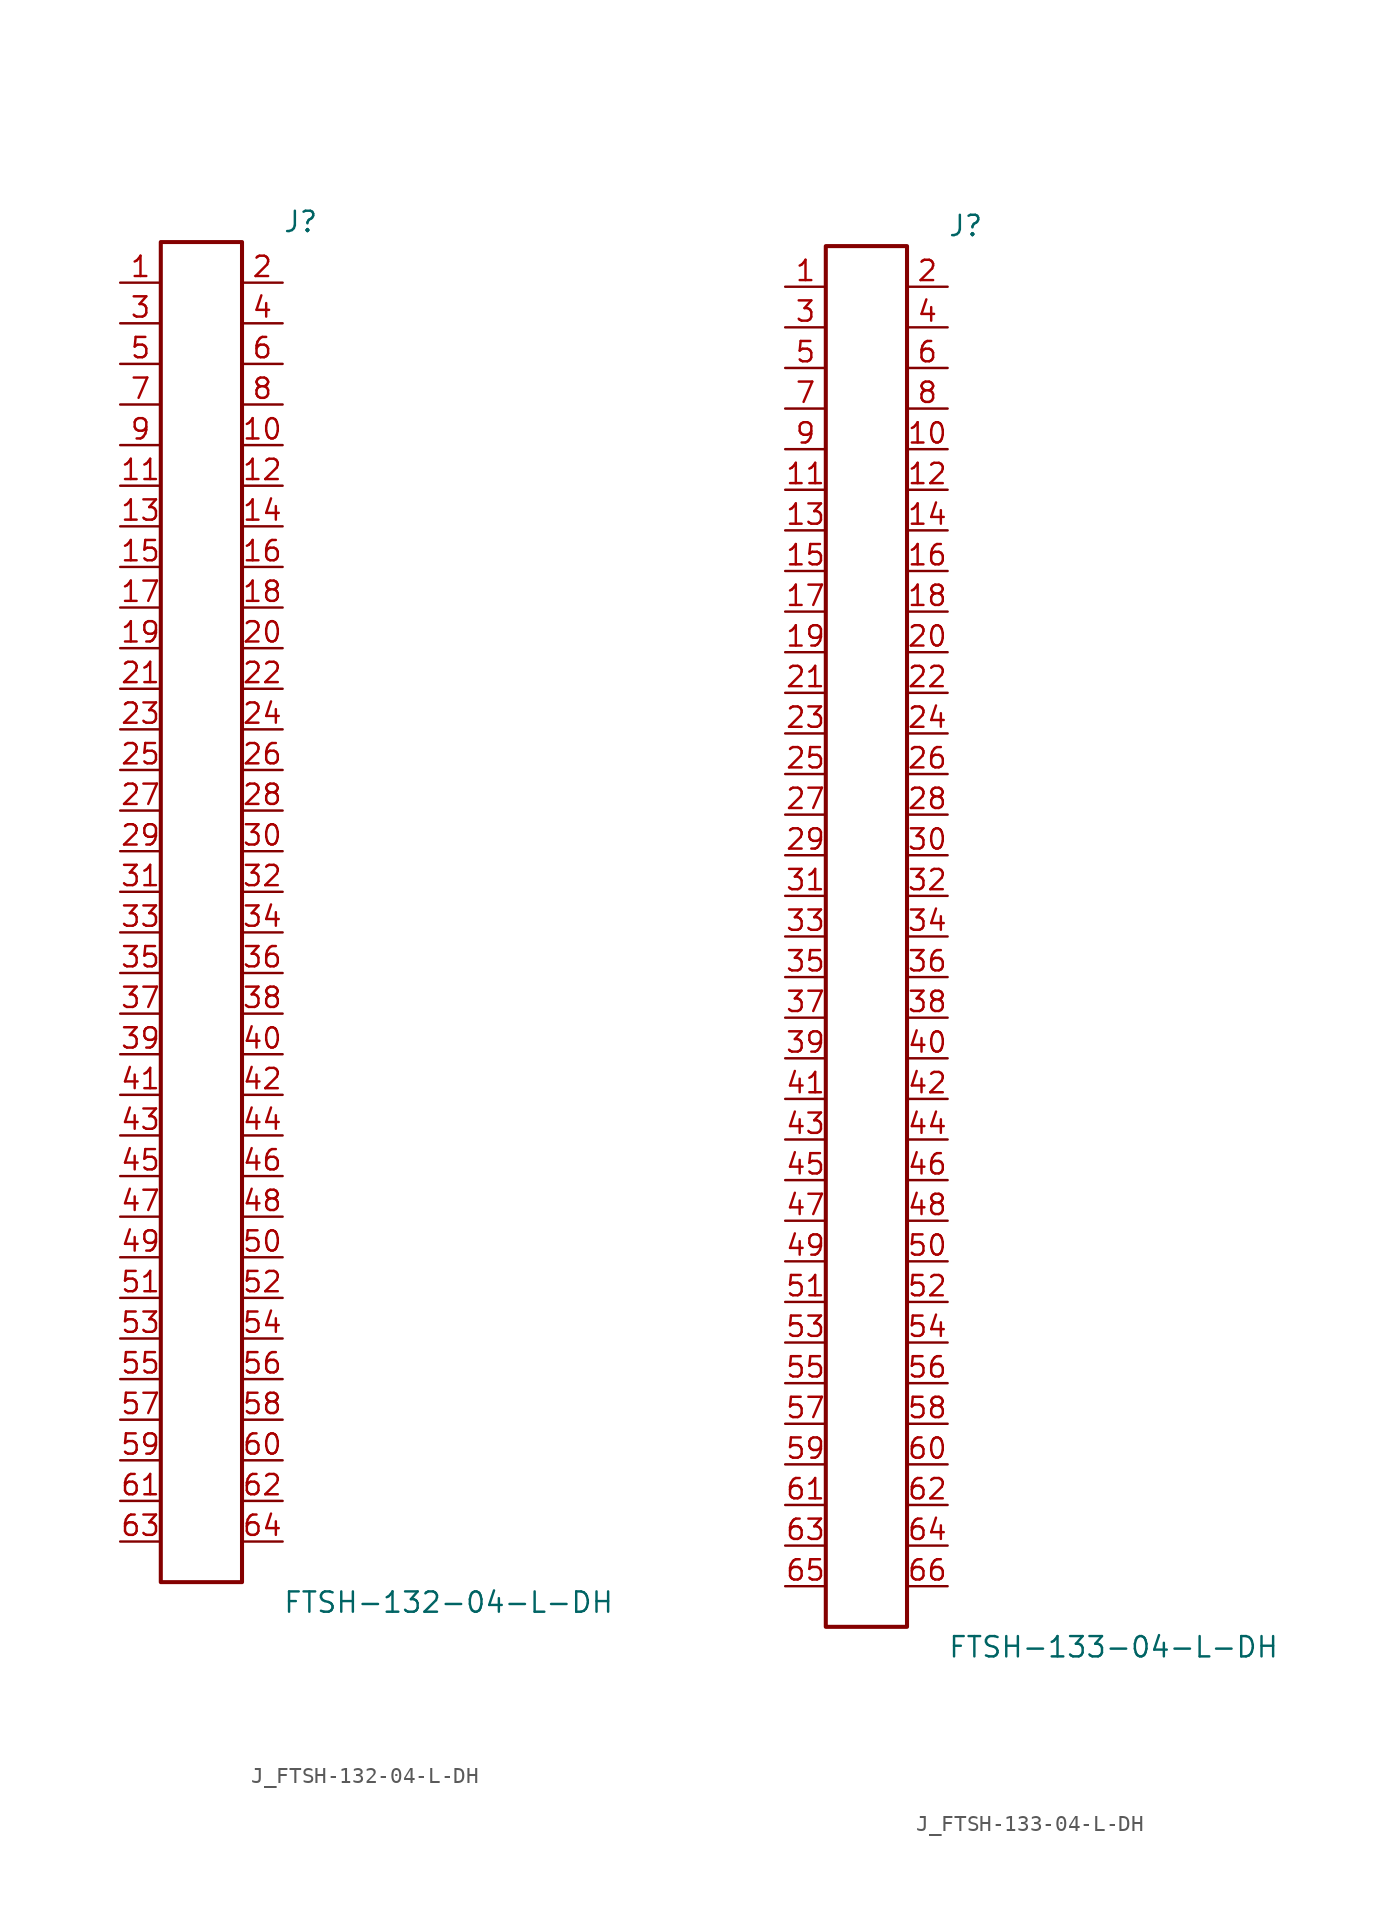
<source format=kicad_sym>
(kicad_symbol_lib
  (version 20231120)
  (generator kicad_symbol_editor)
  (generator_version 8.0)
  (symbol "J_FTSH-132-04-L-DH"
    (pin_names
      (offset 0.254))
    (property "Reference" "J"
      (at 5.08 43.18 0)
      (effects (font (size 1.27 1.27)) (justify left)))
    (property "Value" "FTSH-132-04-L-DH"
      (at 5.08 -43.18 0)
      (effects (font (size 1.27 1.27)) (justify left)))
    (symbol "J_FTSH-132-04-L-DH_0_0"
      (pin unspecified line (at -5.08 39.37 0) (length 2.54) (name "" (effects (font (size 1.27 1.27)))) (number "1" (effects (font (size 1.27 1.27)))))
      (pin unspecified line (at 5.08 39.37 180) (length 2.54) (name "" (effects (font (size 1.27 1.27)))) (number "2" (effects (font (size 1.27 1.27)))))
      (pin unspecified line (at -5.08 36.83 0) (length 2.54) (name "" (effects (font (size 1.27 1.27)))) (number "3" (effects (font (size 1.27 1.27)))))
      (pin unspecified line (at 5.08 36.83 180) (length 2.54) (name "" (effects (font (size 1.27 1.27)))) (number "4" (effects (font (size 1.27 1.27)))))
      (pin unspecified line (at -5.08 34.29 0) (length 2.54) (name "" (effects (font (size 1.27 1.27)))) (number "5" (effects (font (size 1.27 1.27)))))
      (pin unspecified line (at 5.08 34.29 180) (length 2.54) (name "" (effects (font (size 1.27 1.27)))) (number "6" (effects (font (size 1.27 1.27)))))
      (pin unspecified line (at -5.08 31.75 0) (length 2.54) (name "" (effects (font (size 1.27 1.27)))) (number "7" (effects (font (size 1.27 1.27)))))
      (pin unspecified line (at 5.08 31.75 180) (length 2.54) (name "" (effects (font (size 1.27 1.27)))) (number "8" (effects (font (size 1.27 1.27)))))
      (pin unspecified line (at -5.08 29.21 0) (length 2.54) (name "" (effects (font (size 1.27 1.27)))) (number "9" (effects (font (size 1.27 1.27)))))
      (pin unspecified line (at 5.08 29.21 180) (length 2.54) (name "" (effects (font (size 1.27 1.27)))) (number "10" (effects (font (size 1.27 1.27)))))
      (pin unspecified line (at -5.08 26.67 0) (length 2.54) (name "" (effects (font (size 1.27 1.27)))) (number "11" (effects (font (size 1.27 1.27)))))
      (pin unspecified line (at 5.08 26.67 180) (length 2.54) (name "" (effects (font (size 1.27 1.27)))) (number "12" (effects (font (size 1.27 1.27)))))
      (pin unspecified line (at -5.08 24.13 0) (length 2.54) (name "" (effects (font (size 1.27 1.27)))) (number "13" (effects (font (size 1.27 1.27)))))
      (pin unspecified line (at 5.08 24.13 180) (length 2.54) (name "" (effects (font (size 1.27 1.27)))) (number "14" (effects (font (size 1.27 1.27)))))
      (pin unspecified line (at -5.08 21.59 0) (length 2.54) (name "" (effects (font (size 1.27 1.27)))) (number "15" (effects (font (size 1.27 1.27)))))
      (pin unspecified line (at 5.08 21.59 180) (length 2.54) (name "" (effects (font (size 1.27 1.27)))) (number "16" (effects (font (size 1.27 1.27)))))
      (pin unspecified line (at -5.08 19.05 0) (length 2.54) (name "" (effects (font (size 1.27 1.27)))) (number "17" (effects (font (size 1.27 1.27)))))
      (pin unspecified line (at 5.08 19.05 180) (length 2.54) (name "" (effects (font (size 1.27 1.27)))) (number "18" (effects (font (size 1.27 1.27)))))
      (pin unspecified line (at -5.08 16.51 0) (length 2.54) (name "" (effects (font (size 1.27 1.27)))) (number "19" (effects (font (size 1.27 1.27)))))
      (pin unspecified line (at 5.08 16.51 180) (length 2.54) (name "" (effects (font (size 1.27 1.27)))) (number "20" (effects (font (size 1.27 1.27)))))
      (pin unspecified line (at -5.08 13.97 0) (length 2.54) (name "" (effects (font (size 1.27 1.27)))) (number "21" (effects (font (size 1.27 1.27)))))
      (pin unspecified line (at 5.08 13.97 180) (length 2.54) (name "" (effects (font (size 1.27 1.27)))) (number "22" (effects (font (size 1.27 1.27)))))
      (pin unspecified line (at -5.08 11.43 0) (length 2.54) (name "" (effects (font (size 1.27 1.27)))) (number "23" (effects (font (size 1.27 1.27)))))
      (pin unspecified line (at 5.08 11.43 180) (length 2.54) (name "" (effects (font (size 1.27 1.27)))) (number "24" (effects (font (size 1.27 1.27)))))
      (pin unspecified line (at -5.08 8.89 0) (length 2.54) (name "" (effects (font (size 1.27 1.27)))) (number "25" (effects (font (size 1.27 1.27)))))
      (pin unspecified line (at 5.08 8.89 180) (length 2.54) (name "" (effects (font (size 1.27 1.27)))) (number "26" (effects (font (size 1.27 1.27)))))
      (pin unspecified line (at -5.08 6.35 0) (length 2.54) (name "" (effects (font (size 1.27 1.27)))) (number "27" (effects (font (size 1.27 1.27)))))
      (pin unspecified line (at 5.08 6.35 180) (length 2.54) (name "" (effects (font (size 1.27 1.27)))) (number "28" (effects (font (size 1.27 1.27)))))
      (pin unspecified line (at -5.08 3.81 0) (length 2.54) (name "" (effects (font (size 1.27 1.27)))) (number "29" (effects (font (size 1.27 1.27)))))
      (pin unspecified line (at 5.08 3.81 180) (length 2.54) (name "" (effects (font (size 1.27 1.27)))) (number "30" (effects (font (size 1.27 1.27)))))
      (pin unspecified line (at -5.08 1.27 0) (length 2.54) (name "" (effects (font (size 1.27 1.27)))) (number "31" (effects (font (size 1.27 1.27)))))
      (pin unspecified line (at 5.08 1.27 180) (length 2.54) (name "" (effects (font (size 1.27 1.27)))) (number "32" (effects (font (size 1.27 1.27)))))
      (pin unspecified line (at -5.08 -1.27 0) (length 2.54) (name "" (effects (font (size 1.27 1.27)))) (number "33" (effects (font (size 1.27 1.27)))))
      (pin unspecified line (at 5.08 -1.27 180) (length 2.54) (name "" (effects (font (size 1.27 1.27)))) (number "34" (effects (font (size 1.27 1.27)))))
      (pin unspecified line (at -5.08 -3.81 0) (length 2.54) (name "" (effects (font (size 1.27 1.27)))) (number "35" (effects (font (size 1.27 1.27)))))
      (pin unspecified line (at 5.08 -3.81 180) (length 2.54) (name "" (effects (font (size 1.27 1.27)))) (number "36" (effects (font (size 1.27 1.27)))))
      (pin unspecified line (at -5.08 -6.35 0) (length 2.54) (name "" (effects (font (size 1.27 1.27)))) (number "37" (effects (font (size 1.27 1.27)))))
      (pin unspecified line (at 5.08 -6.35 180) (length 2.54) (name "" (effects (font (size 1.27 1.27)))) (number "38" (effects (font (size 1.27 1.27)))))
      (pin unspecified line (at -5.08 -8.89 0) (length 2.54) (name "" (effects (font (size 1.27 1.27)))) (number "39" (effects (font (size 1.27 1.27)))))
      (pin unspecified line (at 5.08 -8.89 180) (length 2.54) (name "" (effects (font (size 1.27 1.27)))) (number "40" (effects (font (size 1.27 1.27)))))
      (pin unspecified line (at -5.08 -11.43 0) (length 2.54) (name "" (effects (font (size 1.27 1.27)))) (number "41" (effects (font (size 1.27 1.27)))))
      (pin unspecified line (at 5.08 -11.43 180) (length 2.54) (name "" (effects (font (size 1.27 1.27)))) (number "42" (effects (font (size 1.27 1.27)))))
      (pin unspecified line (at -5.08 -13.97 0) (length 2.54) (name "" (effects (font (size 1.27 1.27)))) (number "43" (effects (font (size 1.27 1.27)))))
      (pin unspecified line (at 5.08 -13.97 180) (length 2.54) (name "" (effects (font (size 1.27 1.27)))) (number "44" (effects (font (size 1.27 1.27)))))
      (pin unspecified line (at -5.08 -16.51 0) (length 2.54) (name "" (effects (font (size 1.27 1.27)))) (number "45" (effects (font (size 1.27 1.27)))))
      (pin unspecified line (at 5.08 -16.51 180) (length 2.54) (name "" (effects (font (size 1.27 1.27)))) (number "46" (effects (font (size 1.27 1.27)))))
      (pin unspecified line (at -5.08 -19.05 0) (length 2.54) (name "" (effects (font (size 1.27 1.27)))) (number "47" (effects (font (size 1.27 1.27)))))
      (pin unspecified line (at 5.08 -19.05 180) (length 2.54) (name "" (effects (font (size 1.27 1.27)))) (number "48" (effects (font (size 1.27 1.27)))))
      (pin unspecified line (at -5.08 -21.59 0) (length 2.54) (name "" (effects (font (size 1.27 1.27)))) (number "49" (effects (font (size 1.27 1.27)))))
      (pin unspecified line (at 5.08 -21.59 180) (length 2.54) (name "" (effects (font (size 1.27 1.27)))) (number "50" (effects (font (size 1.27 1.27)))))
      (pin unspecified line (at -5.08 -24.13 0) (length 2.54) (name "" (effects (font (size 1.27 1.27)))) (number "51" (effects (font (size 1.27 1.27)))))
      (pin unspecified line (at 5.08 -24.13 180) (length 2.54) (name "" (effects (font (size 1.27 1.27)))) (number "52" (effects (font (size 1.27 1.27)))))
      (pin unspecified line (at -5.08 -26.67 0) (length 2.54) (name "" (effects (font (size 1.27 1.27)))) (number "53" (effects (font (size 1.27 1.27)))))
      (pin unspecified line (at 5.08 -26.67 180) (length 2.54) (name "" (effects (font (size 1.27 1.27)))) (number "54" (effects (font (size 1.27 1.27)))))
      (pin unspecified line (at -5.08 -29.21 0) (length 2.54) (name "" (effects (font (size 1.27 1.27)))) (number "55" (effects (font (size 1.27 1.27)))))
      (pin unspecified line (at 5.08 -29.21 180) (length 2.54) (name "" (effects (font (size 1.27 1.27)))) (number "56" (effects (font (size 1.27 1.27)))))
      (pin unspecified line (at -5.08 -31.75 0) (length 2.54) (name "" (effects (font (size 1.27 1.27)))) (number "57" (effects (font (size 1.27 1.27)))))
      (pin unspecified line (at 5.08 -31.75 180) (length 2.54) (name "" (effects (font (size 1.27 1.27)))) (number "58" (effects (font (size 1.27 1.27)))))
      (pin unspecified line (at -5.08 -34.29 0) (length 2.54) (name "" (effects (font (size 1.27 1.27)))) (number "59" (effects (font (size 1.27 1.27)))))
      (pin unspecified line (at 5.08 -34.29 180) (length 2.54) (name "" (effects (font (size 1.27 1.27)))) (number "60" (effects (font (size 1.27 1.27)))))
      (pin unspecified line (at -5.08 -36.83 0) (length 2.54) (name "" (effects (font (size 1.27 1.27)))) (number "61" (effects (font (size 1.27 1.27)))))
      (pin unspecified line (at 5.08 -36.83 180) (length 2.54) (name "" (effects (font (size 1.27 1.27)))) (number "62" (effects (font (size 1.27 1.27)))))
      (pin unspecified line (at -5.08 -39.37 0) (length 2.54) (name "" (effects (font (size 1.27 1.27)))) (number "63" (effects (font (size 1.27 1.27)))))
      (pin unspecified line (at 5.08 -39.37 180) (length 2.54) (name "" (effects (font (size 1.27 1.27)))) (number "64" (effects (font (size 1.27 1.27))))))
    (symbol "J_FTSH-132-04-L-DH_1_0"
      (rectangle (start -2.54 41.91) (end 2.54 -41.91) (stroke (width 0.254) (type solid)) (fill (type none)))))
  (symbol "J_FTSH-133-04-L-DH"
    (pin_names
      (offset 0.254))
    (property "Reference" "J"
      (at 5.08 44.45 0)
      (effects (font (size 1.27 1.27)) (justify left)))
    (property "Value" "FTSH-133-04-L-DH"
      (at 5.08 -44.45 0)
      (effects (font (size 1.27 1.27)) (justify left)))
    (symbol "J_FTSH-133-04-L-DH_0_0"
      (pin unspecified line (at -5.08 40.64 0) (length 2.54) (name "" (effects (font (size 1.27 1.27)))) (number "1" (effects (font (size 1.27 1.27)))))
      (pin unspecified line (at 5.08 40.64 180) (length 2.54) (name "" (effects (font (size 1.27 1.27)))) (number "2" (effects (font (size 1.27 1.27)))))
      (pin unspecified line (at -5.08 38.1 0) (length 2.54) (name "" (effects (font (size 1.27 1.27)))) (number "3" (effects (font (size 1.27 1.27)))))
      (pin unspecified line (at 5.08 38.1 180) (length 2.54) (name "" (effects (font (size 1.27 1.27)))) (number "4" (effects (font (size 1.27 1.27)))))
      (pin unspecified line (at -5.08 35.56 0) (length 2.54) (name "" (effects (font (size 1.27 1.27)))) (number "5" (effects (font (size 1.27 1.27)))))
      (pin unspecified line (at 5.08 35.56 180) (length 2.54) (name "" (effects (font (size 1.27 1.27)))) (number "6" (effects (font (size 1.27 1.27)))))
      (pin unspecified line (at -5.08 33.02 0) (length 2.54) (name "" (effects (font (size 1.27 1.27)))) (number "7" (effects (font (size 1.27 1.27)))))
      (pin unspecified line (at 5.08 33.02 180) (length 2.54) (name "" (effects (font (size 1.27 1.27)))) (number "8" (effects (font (size 1.27 1.27)))))
      (pin unspecified line (at -5.08 30.48 0) (length 2.54) (name "" (effects (font (size 1.27 1.27)))) (number "9" (effects (font (size 1.27 1.27)))))
      (pin unspecified line (at 5.08 30.48 180) (length 2.54) (name "" (effects (font (size 1.27 1.27)))) (number "10" (effects (font (size 1.27 1.27)))))
      (pin unspecified line (at -5.08 27.94 0) (length 2.54) (name "" (effects (font (size 1.27 1.27)))) (number "11" (effects (font (size 1.27 1.27)))))
      (pin unspecified line (at 5.08 27.94 180) (length 2.54) (name "" (effects (font (size 1.27 1.27)))) (number "12" (effects (font (size 1.27 1.27)))))
      (pin unspecified line (at -5.08 25.4 0) (length 2.54) (name "" (effects (font (size 1.27 1.27)))) (number "13" (effects (font (size 1.27 1.27)))))
      (pin unspecified line (at 5.08 25.4 180) (length 2.54) (name "" (effects (font (size 1.27 1.27)))) (number "14" (effects (font (size 1.27 1.27)))))
      (pin unspecified line (at -5.08 22.86 0) (length 2.54) (name "" (effects (font (size 1.27 1.27)))) (number "15" (effects (font (size 1.27 1.27)))))
      (pin unspecified line (at 5.08 22.86 180) (length 2.54) (name "" (effects (font (size 1.27 1.27)))) (number "16" (effects (font (size 1.27 1.27)))))
      (pin unspecified line (at -5.08 20.32 0) (length 2.54) (name "" (effects (font (size 1.27 1.27)))) (number "17" (effects (font (size 1.27 1.27)))))
      (pin unspecified line (at 5.08 20.32 180) (length 2.54) (name "" (effects (font (size 1.27 1.27)))) (number "18" (effects (font (size 1.27 1.27)))))
      (pin unspecified line (at -5.08 17.78 0) (length 2.54) (name "" (effects (font (size 1.27 1.27)))) (number "19" (effects (font (size 1.27 1.27)))))
      (pin unspecified line (at 5.08 17.78 180) (length 2.54) (name "" (effects (font (size 1.27 1.27)))) (number "20" (effects (font (size 1.27 1.27)))))
      (pin unspecified line (at -5.08 15.24 0) (length 2.54) (name "" (effects (font (size 1.27 1.27)))) (number "21" (effects (font (size 1.27 1.27)))))
      (pin unspecified line (at 5.08 15.24 180) (length 2.54) (name "" (effects (font (size 1.27 1.27)))) (number "22" (effects (font (size 1.27 1.27)))))
      (pin unspecified line (at -5.08 12.7 0) (length 2.54) (name "" (effects (font (size 1.27 1.27)))) (number "23" (effects (font (size 1.27 1.27)))))
      (pin unspecified line (at 5.08 12.7 180) (length 2.54) (name "" (effects (font (size 1.27 1.27)))) (number "24" (effects (font (size 1.27 1.27)))))
      (pin unspecified line (at -5.08 10.16 0) (length 2.54) (name "" (effects (font (size 1.27 1.27)))) (number "25" (effects (font (size 1.27 1.27)))))
      (pin unspecified line (at 5.08 10.16 180) (length 2.54) (name "" (effects (font (size 1.27 1.27)))) (number "26" (effects (font (size 1.27 1.27)))))
      (pin unspecified line (at -5.08 7.62 0) (length 2.54) (name "" (effects (font (size 1.27 1.27)))) (number "27" (effects (font (size 1.27 1.27)))))
      (pin unspecified line (at 5.08 7.62 180) (length 2.54) (name "" (effects (font (size 1.27 1.27)))) (number "28" (effects (font (size 1.27 1.27)))))
      (pin unspecified line (at -5.08 5.08 0) (length 2.54) (name "" (effects (font (size 1.27 1.27)))) (number "29" (effects (font (size 1.27 1.27)))))
      (pin unspecified line (at 5.08 5.08 180) (length 2.54) (name "" (effects (font (size 1.27 1.27)))) (number "30" (effects (font (size 1.27 1.27)))))
      (pin unspecified line (at -5.08 2.54 0) (length 2.54) (name "" (effects (font (size 1.27 1.27)))) (number "31" (effects (font (size 1.27 1.27)))))
      (pin unspecified line (at 5.08 2.54 180) (length 2.54) (name "" (effects (font (size 1.27 1.27)))) (number "32" (effects (font (size 1.27 1.27)))))
      (pin unspecified line (at -5.08 0.0 0) (length 2.54) (name "" (effects (font (size 1.27 1.27)))) (number "33" (effects (font (size 1.27 1.27)))))
      (pin unspecified line (at 5.08 0.0 180) (length 2.54) (name "" (effects (font (size 1.27 1.27)))) (number "34" (effects (font (size 1.27 1.27)))))
      (pin unspecified line (at -5.08 -2.54 0) (length 2.54) (name "" (effects (font (size 1.27 1.27)))) (number "35" (effects (font (size 1.27 1.27)))))
      (pin unspecified line (at 5.08 -2.54 180) (length 2.54) (name "" (effects (font (size 1.27 1.27)))) (number "36" (effects (font (size 1.27 1.27)))))
      (pin unspecified line (at -5.08 -5.08 0) (length 2.54) (name "" (effects (font (size 1.27 1.27)))) (number "37" (effects (font (size 1.27 1.27)))))
      (pin unspecified line (at 5.08 -5.08 180) (length 2.54) (name "" (effects (font (size 1.27 1.27)))) (number "38" (effects (font (size 1.27 1.27)))))
      (pin unspecified line (at -5.08 -7.62 0) (length 2.54) (name "" (effects (font (size 1.27 1.27)))) (number "39" (effects (font (size 1.27 1.27)))))
      (pin unspecified line (at 5.08 -7.62 180) (length 2.54) (name "" (effects (font (size 1.27 1.27)))) (number "40" (effects (font (size 1.27 1.27)))))
      (pin unspecified line (at -5.08 -10.16 0) (length 2.54) (name "" (effects (font (size 1.27 1.27)))) (number "41" (effects (font (size 1.27 1.27)))))
      (pin unspecified line (at 5.08 -10.16 180) (length 2.54) (name "" (effects (font (size 1.27 1.27)))) (number "42" (effects (font (size 1.27 1.27)))))
      (pin unspecified line (at -5.08 -12.7 0) (length 2.54) (name "" (effects (font (size 1.27 1.27)))) (number "43" (effects (font (size 1.27 1.27)))))
      (pin unspecified line (at 5.08 -12.7 180) (length 2.54) (name "" (effects (font (size 1.27 1.27)))) (number "44" (effects (font (size 1.27 1.27)))))
      (pin unspecified line (at -5.08 -15.24 0) (length 2.54) (name "" (effects (font (size 1.27 1.27)))) (number "45" (effects (font (size 1.27 1.27)))))
      (pin unspecified line (at 5.08 -15.24 180) (length 2.54) (name "" (effects (font (size 1.27 1.27)))) (number "46" (effects (font (size 1.27 1.27)))))
      (pin unspecified line (at -5.08 -17.78 0) (length 2.54) (name "" (effects (font (size 1.27 1.27)))) (number "47" (effects (font (size 1.27 1.27)))))
      (pin unspecified line (at 5.08 -17.78 180) (length 2.54) (name "" (effects (font (size 1.27 1.27)))) (number "48" (effects (font (size 1.27 1.27)))))
      (pin unspecified line (at -5.08 -20.32 0) (length 2.54) (name "" (effects (font (size 1.27 1.27)))) (number "49" (effects (font (size 1.27 1.27)))))
      (pin unspecified line (at 5.08 -20.32 180) (length 2.54) (name "" (effects (font (size 1.27 1.27)))) (number "50" (effects (font (size 1.27 1.27)))))
      (pin unspecified line (at -5.08 -22.86 0) (length 2.54) (name "" (effects (font (size 1.27 1.27)))) (number "51" (effects (font (size 1.27 1.27)))))
      (pin unspecified line (at 5.08 -22.86 180) (length 2.54) (name "" (effects (font (size 1.27 1.27)))) (number "52" (effects (font (size 1.27 1.27)))))
      (pin unspecified line (at -5.08 -25.4 0) (length 2.54) (name "" (effects (font (size 1.27 1.27)))) (number "53" (effects (font (size 1.27 1.27)))))
      (pin unspecified line (at 5.08 -25.4 180) (length 2.54) (name "" (effects (font (size 1.27 1.27)))) (number "54" (effects (font (size 1.27 1.27)))))
      (pin unspecified line (at -5.08 -27.94 0) (length 2.54) (name "" (effects (font (size 1.27 1.27)))) (number "55" (effects (font (size 1.27 1.27)))))
      (pin unspecified line (at 5.08 -27.94 180) (length 2.54) (name "" (effects (font (size 1.27 1.27)))) (number "56" (effects (font (size 1.27 1.27)))))
      (pin unspecified line (at -5.08 -30.48 0) (length 2.54) (name "" (effects (font (size 1.27 1.27)))) (number "57" (effects (font (size 1.27 1.27)))))
      (pin unspecified line (at 5.08 -30.48 180) (length 2.54) (name "" (effects (font (size 1.27 1.27)))) (number "58" (effects (font (size 1.27 1.27)))))
      (pin unspecified line (at -5.08 -33.02 0) (length 2.54) (name "" (effects (font (size 1.27 1.27)))) (number "59" (effects (font (size 1.27 1.27)))))
      (pin unspecified line (at 5.08 -33.02 180) (length 2.54) (name "" (effects (font (size 1.27 1.27)))) (number "60" (effects (font (size 1.27 1.27)))))
      (pin unspecified line (at -5.08 -35.56 0) (length 2.54) (name "" (effects (font (size 1.27 1.27)))) (number "61" (effects (font (size 1.27 1.27)))))
      (pin unspecified line (at 5.08 -35.56 180) (length 2.54) (name "" (effects (font (size 1.27 1.27)))) (number "62" (effects (font (size 1.27 1.27)))))
      (pin unspecified line (at -5.08 -38.1 0) (length 2.54) (name "" (effects (font (size 1.27 1.27)))) (number "63" (effects (font (size 1.27 1.27)))))
      (pin unspecified line (at 5.08 -38.1 180) (length 2.54) (name "" (effects (font (size 1.27 1.27)))) (number "64" (effects (font (size 1.27 1.27)))))
      (pin unspecified line (at -5.08 -40.64 0) (length 2.54) (name "" (effects (font (size 1.27 1.27)))) (number "65" (effects (font (size 1.27 1.27)))))
      (pin unspecified line (at 5.08 -40.64 180) (length 2.54) (name "" (effects (font (size 1.27 1.27)))) (number "66" (effects (font (size 1.27 1.27))))))
    (symbol "J_FTSH-133-04-L-DH_1_0"
      (rectangle (start -2.54 43.18) (end 2.54 -43.18) (stroke (width 0.254) (type solid)) (fill (type none))))))
</source>
